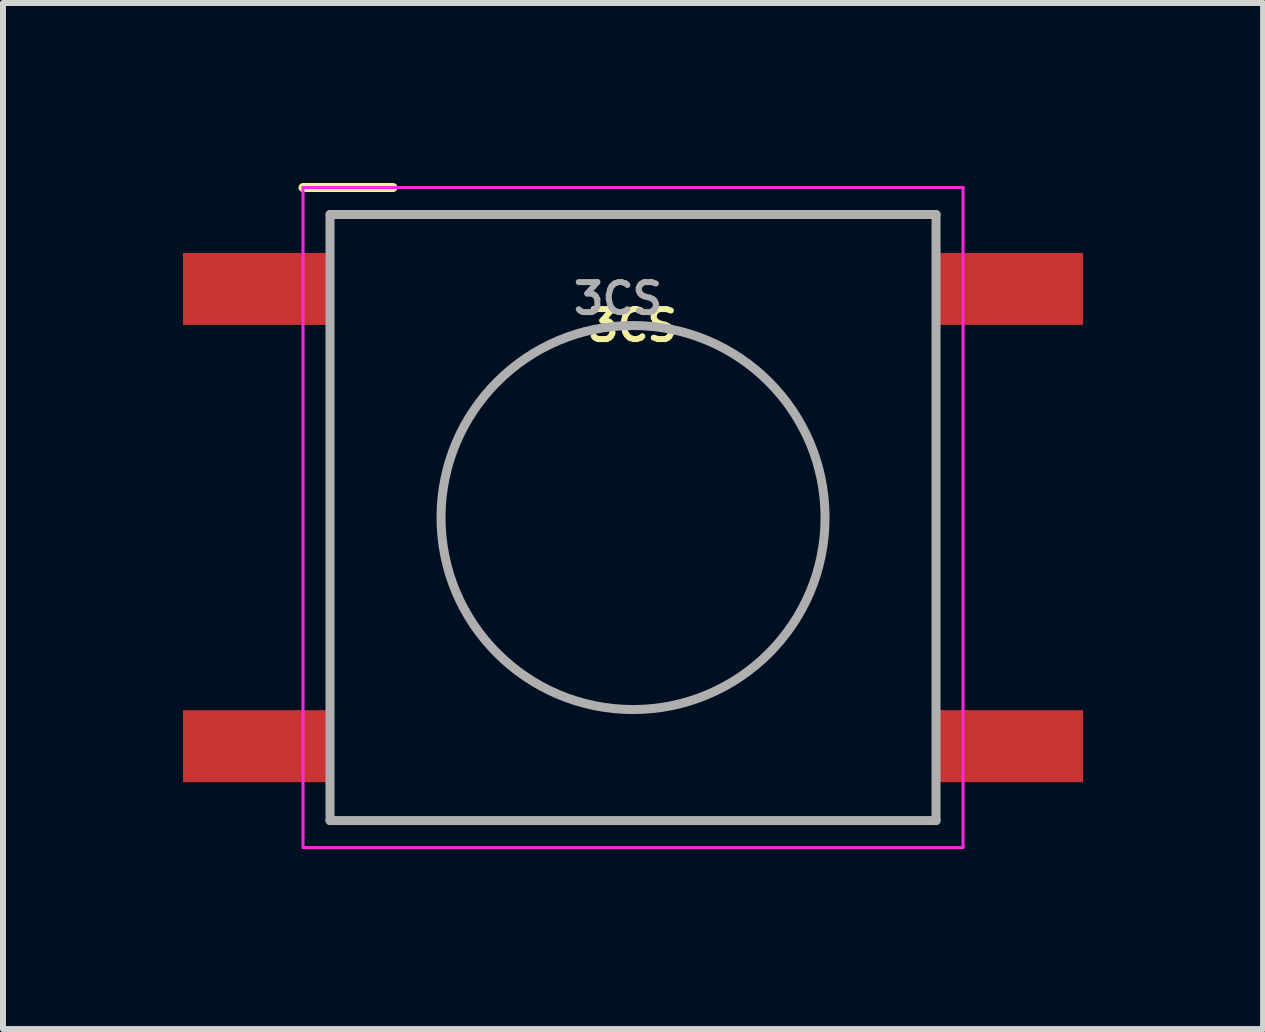
<source format=kicad_pcb>
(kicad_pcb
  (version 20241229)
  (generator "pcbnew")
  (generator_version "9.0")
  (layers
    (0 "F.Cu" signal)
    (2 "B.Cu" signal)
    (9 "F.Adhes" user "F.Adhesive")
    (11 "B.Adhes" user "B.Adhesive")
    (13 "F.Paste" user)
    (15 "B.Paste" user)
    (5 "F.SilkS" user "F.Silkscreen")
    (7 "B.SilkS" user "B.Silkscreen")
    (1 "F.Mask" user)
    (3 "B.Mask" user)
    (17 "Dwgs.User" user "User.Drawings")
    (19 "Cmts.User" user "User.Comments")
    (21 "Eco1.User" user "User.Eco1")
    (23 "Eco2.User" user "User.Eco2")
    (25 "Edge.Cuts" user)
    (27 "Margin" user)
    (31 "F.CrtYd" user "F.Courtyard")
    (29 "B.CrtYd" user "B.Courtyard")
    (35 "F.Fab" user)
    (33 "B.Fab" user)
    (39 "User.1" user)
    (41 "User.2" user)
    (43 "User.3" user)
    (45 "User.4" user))
  (footprint "3CS"
    (layer "F.Cu")
    (at 7.5 5.575)
    (property "Reference" "3CS" (at 0 -3.2 0) (layer "F.SilkS") (effects (font (size 0.5 0.5) (thickness 0.1))))
    (attr smd)
    (fp_line (start -4 -5.5) (end -5.5 -5.5) (stroke (width 0.15) (type solid)) (layer "F.SilkS"))
    (fp_line (start -5.5 -5.5) (end 5.5 -5.5) (stroke (width 0.05) (type solid)) (layer "F.CrtYd"))
    (fp_line (start -5.5 5.5) (end -5.5 -5.5) (stroke (width 0.05) (type solid)) (layer "F.CrtYd"))
    (fp_line (start 5.5 -5.5) (end 5.5 5.5) (stroke (width 0.05) (type solid)) (layer "F.CrtYd"))
    (fp_line (start 5.5 5.5) (end -5.5 5.5) (stroke (width 0.05) (type solid)) (layer "F.CrtYd"))
    (fp_line (start -5.05 -5.05) (end 5.05 -5.05) (stroke (width 0.15) (type solid)) (layer "F.Fab"))
    (fp_line (start -5.05 5.05) (end -5.05 -5.05) (stroke (width 0.15) (type solid)) (layer "F.Fab"))
    (fp_line (start 5.05 -5.05) (end 5.05 5.05) (stroke (width 0.15) (type solid)) (layer "F.Fab"))
    (fp_line (start 5.05 5.05) (end -5.05 5.05) (stroke (width 0.15) (type solid)) (layer "F.Fab"))
    (fp_circle (center 0 0) (end 3.2 0) (stroke (width 0.15) (type solid)) (fill no) (layer "F.Fab"))
    (fp_text user "${REFERENCE}" (at -0.25 -3.65 0) (layer "F.Fab") (effects (font (size 0.5 0.5) (thickness 0.1))))
    (pad "1" smd rect (at -6.25 -3.81) (size 2.5 1.2) (layers "F.Cu" "F.Mask" "F.Paste"))
    (pad "2" smd rect (at 6.25 -3.81) (size 2.5 1.2) (layers "F.Cu" "F.Mask" "F.Paste"))
    (pad "3" smd rect (at -6.25 3.81) (size 2.5 1.2) (layers "F.Cu" "F.Mask" "F.Paste"))
    (pad "4" smd rect (at 6.25 3.81) (size 2.5 1.2) (layers "F.Cu" "F.Mask" "F.Paste")))
  (gr_rect
    (start -3 -3)
    (end 18 14.1)
    (stroke (width 0.1) (type default))
    (fill no)
    (layer "Edge.Cuts")))
</source>
